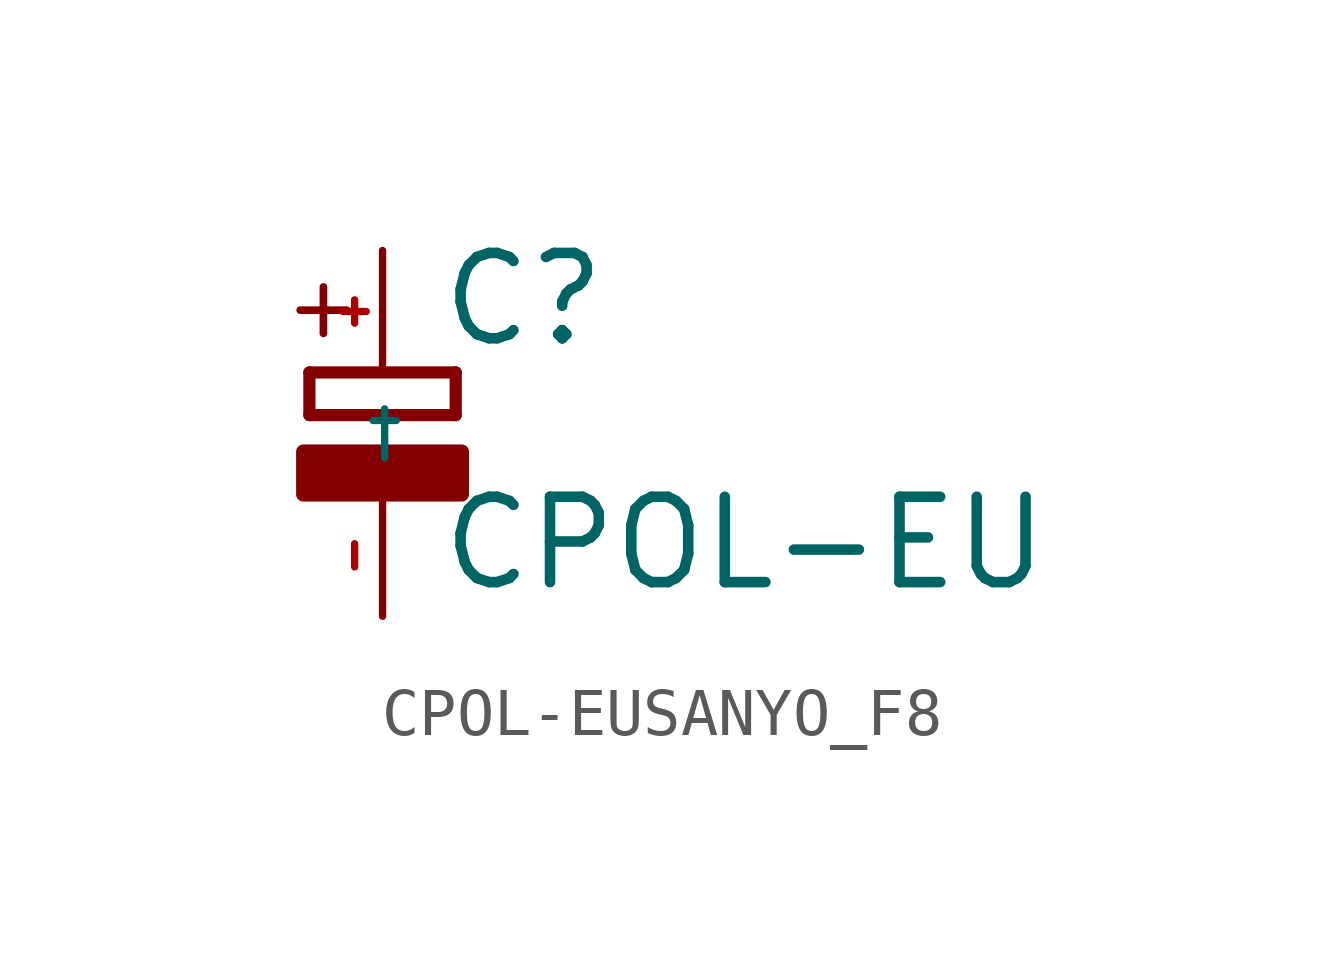
<source format=kicad_sym>
(kicad_symbol_lib
  (version 20220914)
  (generator Eagle2Kicad)
  (symbol "CPOL-EUSANYO_F8"
    (property "Reference" "C"
      (at 1.143 0.483 0)
      (effects (font (size 1.778 1.778) (thickness 0.22)) (justify left bottom)))
    (property "Value" "CPOL-EU"
      (at 1.143 -4.597 0)
      (effects (font (size 1.778 1.778) (thickness 0.22)) (justify left bottom)))
    (polyline
      (pts (xy -1.524 -0.889) (xy 1.524 -0.889))
      (stroke (width 0.254) (type default))
      (fill (type none)))
    (polyline
      (pts (xy 1.524 -0.889) (xy 1.524 0))
      (stroke (width 0.254) (type default))
      (fill (type none)))
    (polyline
      (pts (xy -1.524 0) (xy -1.524 -0.889))
      (stroke (width 0.254) (type default))
      (fill (type none)))
    (polyline
      (pts (xy -1.524 0) (xy 1.524 0))
      (stroke (width 0.254) (type default))
      (fill (type none)))
    (text "+"
      (at -0.584 0.406 900)
      (effects (font (size 1.27 1.27) (thickness 0.16)) (justify left bottom)))
    (rectangle
      (start -1.651 -2.54)
      (end 1.651 -1.651)
      (stroke (width 0.3) (type default))
      (fill (type outline)))
    (pin passive line
      (at 0 -5.08 90)
      (length 2.54)
      (name "-" (effects (font (size 0.635 0.635) (thickness 0.08)) (justify left bottom)))
      (number "-" (effects (font (size 0.635 0.635) (thickness 0.08)) (justify left bottom))))
    (pin passive line
      (at 0 2.54 270)
      (length 2.54)
      (name "+" (effects (font (size 0.635 0.635) (thickness 0.08)) (justify left bottom)))
      (number "+" (effects (font (size 0.635 0.635) (thickness 0.08)) (justify left bottom))))))
</source>
